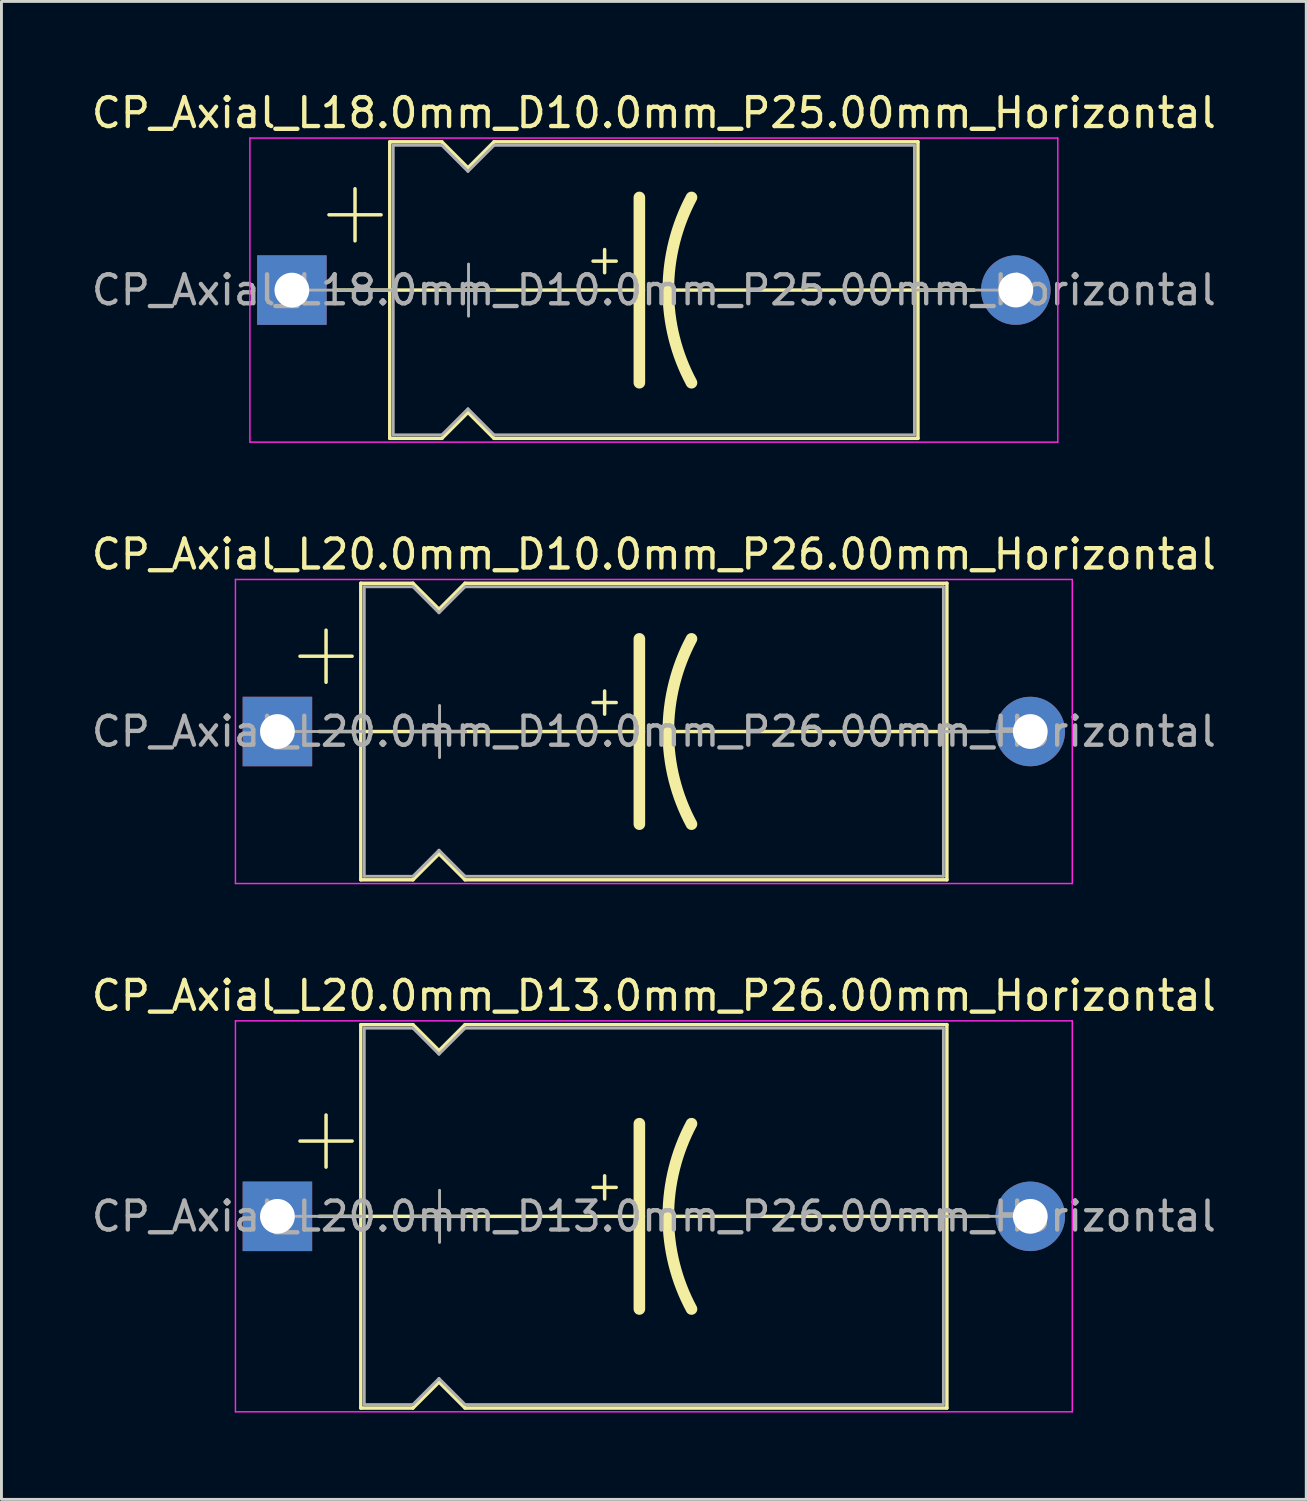
<source format=kicad_pcb>
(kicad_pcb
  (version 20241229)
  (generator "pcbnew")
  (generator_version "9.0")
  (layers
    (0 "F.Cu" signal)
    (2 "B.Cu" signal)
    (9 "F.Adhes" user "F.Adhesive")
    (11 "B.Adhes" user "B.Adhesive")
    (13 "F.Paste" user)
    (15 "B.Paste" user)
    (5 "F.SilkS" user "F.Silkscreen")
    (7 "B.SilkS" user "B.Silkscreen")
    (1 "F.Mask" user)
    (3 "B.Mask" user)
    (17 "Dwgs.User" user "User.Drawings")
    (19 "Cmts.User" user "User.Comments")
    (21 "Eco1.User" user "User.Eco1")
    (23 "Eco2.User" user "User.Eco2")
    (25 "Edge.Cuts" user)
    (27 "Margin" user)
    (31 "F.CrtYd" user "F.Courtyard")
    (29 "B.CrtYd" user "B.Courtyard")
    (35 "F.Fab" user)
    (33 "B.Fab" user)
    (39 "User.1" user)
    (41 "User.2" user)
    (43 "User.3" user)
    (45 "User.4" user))
  (footprint "CP_Axial_L20.0mm_D13.0mm_P26.00mm_Horizontal"
    (layer "F.Cu")
    (at 6.53 38.955)
    (property "Reference" "CP_Axial_L20.0mm_D13.0mm_P26.00mm_Horizontal" (at 13 -7.62 0) (layer "F.SilkS") (effects (font (size 1 1) (thickness 0.15))))
    (attr through_hole)
    (fp_line (start 0.78 -2.6) (end 2.58 -2.6) (stroke (width 0.12) (type solid)) (layer "F.SilkS"))
    (fp_line (start 1.44 0) (end 2.88 0) (stroke (width 0.12) (type solid)) (layer "F.SilkS"))
    (fp_line (start 1.68 -3.5) (end 1.68 -1.7) (stroke (width 0.12) (type solid)) (layer "F.SilkS"))
    (fp_line (start 2.88 -6.62) (end 2.88 6.62) (stroke (width 0.12) (type solid)) (layer "F.SilkS"))
    (fp_line (start 2.88 -6.62) (end 4.68 -6.62) (stroke (width 0.12) (type solid)) (layer "F.SilkS"))
    (fp_line (start 2.88 0) (end 12.5 0) (stroke (width 0.12) (type solid)) (layer "F.SilkS"))
    (fp_line (start 2.88 6.62) (end 4.68 6.62) (stroke (width 0.12) (type solid)) (layer "F.SilkS"))
    (fp_line (start 4.68 -6.62) (end 5.58 -5.72) (stroke (width 0.12) (type solid)) (layer "F.SilkS"))
    (fp_line (start 4.68 6.62) (end 5.58 5.72) (stroke (width 0.12) (type solid)) (layer "F.SilkS"))
    (fp_line (start 5.58 -5.72) (end 6.48 -6.62) (stroke (width 0.12) (type solid)) (layer "F.SilkS"))
    (fp_line (start 5.58 5.72) (end 6.48 6.62) (stroke (width 0.12) (type solid)) (layer "F.SilkS"))
    (fp_line (start 6.48 -6.62) (end 23.12 -6.62) (stroke (width 0.12) (type solid)) (layer "F.SilkS"))
    (fp_line (start 6.48 6.62) (end 23.12 6.62) (stroke (width 0.12) (type solid)) (layer "F.SilkS"))
    (fp_line (start 10.9 -1) (end 11.7 -1) (stroke (width 0.12) (type solid)) (layer "F.SilkS"))
    (fp_line (start 11.3 -1.4) (end 11.3 -0.6) (stroke (width 0.12) (type solid)) (layer "F.SilkS"))
    (fp_line (start 12.5 0) (end 12.5 -3.2) (stroke (width 0.4) (type solid)) (layer "F.SilkS"))
    (fp_line (start 12.5 0) (end 12.5 3.2) (stroke (width 0.4) (type solid)) (layer "F.SilkS"))
    (fp_line (start 23.12 -6.62) (end 23.12 6.62) (stroke (width 0.12) (type solid)) (layer "F.SilkS"))
    (fp_line (start 23.12 0) (end 13.5 0) (stroke (width 0.12) (type solid)) (layer "F.SilkS"))
    (fp_line (start 24.56 0) (end 23.12 0) (stroke (width 0.12) (type solid)) (layer "F.SilkS"))
    (fp_arc (start 13.5 0) (mid 13.703545 -1.649114) (end 14.3 -3.2) (stroke (width 0.4) (type solid)) (layer "F.SilkS"))
    (fp_arc (start 14.3 3.2) (mid 13.700709 1.649823) (end 13.5 0) (stroke (width 0.4) (type solid)) (layer "F.SilkS"))
    (fp_line (start -1.45 -6.75) (end -1.45 6.75) (stroke (width 0.05) (type solid)) (layer "F.CrtYd"))
    (fp_line (start -1.45 6.75) (end 27.45 6.75) (stroke (width 0.05) (type solid)) (layer "F.CrtYd"))
    (fp_line (start 27.45 -6.75) (end -1.45 -6.75) (stroke (width 0.05) (type solid)) (layer "F.CrtYd"))
    (fp_line (start 27.45 6.75) (end 27.45 -6.75) (stroke (width 0.05) (type solid)) (layer "F.CrtYd"))
    (fp_line (start 0 0) (end 3 0) (stroke (width 0.1) (type solid)) (layer "F.Fab"))
    (fp_line (start 3 -6.5) (end 3 6.5) (stroke (width 0.1) (type solid)) (layer "F.Fab"))
    (fp_line (start 3 -6.5) (end 4.68 -6.5) (stroke (width 0.1) (type solid)) (layer "F.Fab"))
    (fp_line (start 3 6.5) (end 4.68 6.5) (stroke (width 0.1) (type solid)) (layer "F.Fab"))
    (fp_line (start 4.68 -6.5) (end 5.58 -5.6) (stroke (width 0.1) (type solid)) (layer "F.Fab"))
    (fp_line (start 4.68 6.5) (end 5.58 5.6) (stroke (width 0.1) (type solid)) (layer "F.Fab"))
    (fp_line (start 4.7 0) (end 6.5 0) (stroke (width 0.1) (type solid)) (layer "F.Fab"))
    (fp_line (start 5.58 -5.6) (end 6.48 -6.5) (stroke (width 0.1) (type solid)) (layer "F.Fab"))
    (fp_line (start 5.58 5.6) (end 6.48 6.5) (stroke (width 0.1) (type solid)) (layer "F.Fab"))
    (fp_line (start 5.6 -0.9) (end 5.6 0.9) (stroke (width 0.1) (type solid)) (layer "F.Fab"))
    (fp_line (start 6.48 -6.5) (end 23 -6.5) (stroke (width 0.1) (type solid)) (layer "F.Fab"))
    (fp_line (start 6.48 6.5) (end 23 6.5) (stroke (width 0.1) (type solid)) (layer "F.Fab"))
    (fp_line (start 23 -6.5) (end 23 6.5) (stroke (width 0.1) (type solid)) (layer "F.Fab"))
    (fp_line (start 26 0) (end 23 0) (stroke (width 0.1) (type solid)) (layer "F.Fab"))
    (fp_text user "${REFERENCE}" (at 13 0 0) (layer "F.Fab") (effects (font (size 1 1) (thickness 0.15))))
    (pad "1" thru_hole rect (at 0 0) (size 2.4 2.4) (drill 1.2) (layers "*.Cu" "*.Mask"))
    (pad "2" thru_hole oval (at 26 0) (size 2.4 2.4) (drill 1.2) (layers "*.Cu" "*.Mask")))
  (footprint "CP_Axial_L20.0mm_D10.0mm_P26.00mm_Horizontal"
    (layer "F.Cu")
    (at 6.53 22.212)
    (property "Reference" "CP_Axial_L20.0mm_D10.0mm_P26.00mm_Horizontal" (at 13 -6.12 0) (layer "F.SilkS") (effects (font (size 1 1) (thickness 0.15))))
    (attr through_hole)
    (fp_line (start 0.78 -2.6) (end 2.58 -2.6) (stroke (width 0.12) (type solid)) (layer "F.SilkS"))
    (fp_line (start 1.44 0) (end 2.88 0) (stroke (width 0.12) (type solid)) (layer "F.SilkS"))
    (fp_line (start 1.68 -3.5) (end 1.68 -1.7) (stroke (width 0.12) (type solid)) (layer "F.SilkS"))
    (fp_line (start 2.88 -5.12) (end 2.88 5.12) (stroke (width 0.12) (type solid)) (layer "F.SilkS"))
    (fp_line (start 2.88 -5.12) (end 4.68 -5.12) (stroke (width 0.12) (type solid)) (layer "F.SilkS"))
    (fp_line (start 2.88 0) (end 12.5 0) (stroke (width 0.12) (type solid)) (layer "F.SilkS"))
    (fp_line (start 2.88 5.12) (end 4.68 5.12) (stroke (width 0.12) (type solid)) (layer "F.SilkS"))
    (fp_line (start 4.68 -5.12) (end 5.58 -4.22) (stroke (width 0.12) (type solid)) (layer "F.SilkS"))
    (fp_line (start 4.68 5.12) (end 5.58 4.22) (stroke (width 0.12) (type solid)) (layer "F.SilkS"))
    (fp_line (start 5.58 -4.22) (end 6.48 -5.12) (stroke (width 0.12) (type solid)) (layer "F.SilkS"))
    (fp_line (start 5.58 4.22) (end 6.48 5.12) (stroke (width 0.12) (type solid)) (layer "F.SilkS"))
    (fp_line (start 6.48 -5.12) (end 23.12 -5.12) (stroke (width 0.12) (type solid)) (layer "F.SilkS"))
    (fp_line (start 6.48 5.12) (end 23.12 5.12) (stroke (width 0.12) (type solid)) (layer "F.SilkS"))
    (fp_line (start 10.9 -1) (end 11.7 -1) (stroke (width 0.12) (type solid)) (layer "F.SilkS"))
    (fp_line (start 11.3 -1.4) (end 11.3 -0.6) (stroke (width 0.12) (type solid)) (layer "F.SilkS"))
    (fp_line (start 12.5 0) (end 12.5 -3.2) (stroke (width 0.4) (type solid)) (layer "F.SilkS"))
    (fp_line (start 12.5 0) (end 12.5 3.2) (stroke (width 0.4) (type solid)) (layer "F.SilkS"))
    (fp_line (start 23.12 -5.12) (end 23.12 5.12) (stroke (width 0.12) (type solid)) (layer "F.SilkS"))
    (fp_line (start 23.12 0) (end 13.5 0) (stroke (width 0.12) (type solid)) (layer "F.SilkS"))
    (fp_line (start 24.56 0) (end 23.12 0) (stroke (width 0.12) (type solid)) (layer "F.SilkS"))
    (fp_arc (start 13.5 0) (mid 13.703545 -1.649114) (end 14.3 -3.2) (stroke (width 0.4) (type solid)) (layer "F.SilkS"))
    (fp_arc (start 14.3 3.2) (mid 13.700709 1.649823) (end 13.5 0) (stroke (width 0.4) (type solid)) (layer "F.SilkS"))
    (fp_line (start -1.45 -5.25) (end -1.45 5.25) (stroke (width 0.05) (type solid)) (layer "F.CrtYd"))
    (fp_line (start -1.45 5.25) (end 27.45 5.25) (stroke (width 0.05) (type solid)) (layer "F.CrtYd"))
    (fp_line (start 27.45 -5.25) (end -1.45 -5.25) (stroke (width 0.05) (type solid)) (layer "F.CrtYd"))
    (fp_line (start 27.45 5.25) (end 27.45 -5.25) (stroke (width 0.05) (type solid)) (layer "F.CrtYd"))
    (fp_line (start 0 0) (end 3 0) (stroke (width 0.1) (type solid)) (layer "F.Fab"))
    (fp_line (start 3 -5) (end 3 5) (stroke (width 0.1) (type solid)) (layer "F.Fab"))
    (fp_line (start 3 -5) (end 4.68 -5) (stroke (width 0.1) (type solid)) (layer "F.Fab"))
    (fp_line (start 3 5) (end 4.68 5) (stroke (width 0.1) (type solid)) (layer "F.Fab"))
    (fp_line (start 4.68 -5) (end 5.58 -4.1) (stroke (width 0.1) (type solid)) (layer "F.Fab"))
    (fp_line (start 4.68 5) (end 5.58 4.1) (stroke (width 0.1) (type solid)) (layer "F.Fab"))
    (fp_line (start 4.7 0) (end 6.5 0) (stroke (width 0.1) (type solid)) (layer "F.Fab"))
    (fp_line (start 5.58 -4.1) (end 6.48 -5) (stroke (width 0.1) (type solid)) (layer "F.Fab"))
    (fp_line (start 5.58 4.1) (end 6.48 5) (stroke (width 0.1) (type solid)) (layer "F.Fab"))
    (fp_line (start 5.6 -0.9) (end 5.6 0.9) (stroke (width 0.1) (type solid)) (layer "F.Fab"))
    (fp_line (start 6.48 -5) (end 23 -5) (stroke (width 0.1) (type solid)) (layer "F.Fab"))
    (fp_line (start 6.48 5) (end 23 5) (stroke (width 0.1) (type solid)) (layer "F.Fab"))
    (fp_line (start 23 -5) (end 23 5) (stroke (width 0.1) (type solid)) (layer "F.Fab"))
    (fp_line (start 26 0) (end 23 0) (stroke (width 0.1) (type solid)) (layer "F.Fab"))
    (fp_text user "${REFERENCE}" (at 13 0 0) (layer "F.Fab") (effects (font (size 1 1) (thickness 0.15))))
    (pad "1" thru_hole rect (at 0 0) (size 2.4 2.4) (drill 1.2) (layers "*.Cu" "*.Mask"))
    (pad "2" thru_hole oval (at 26 0) (size 2.4 2.4) (drill 1.2) (layers "*.Cu" "*.Mask")))
  (footprint "CP_Axial_L18.0mm_D10.0mm_P25.00mm_Horizontal"
    (layer "F.Cu")
    (at 7.03 6.968)
    (property "Reference" "CP_Axial_L18.0mm_D10.0mm_P25.00mm_Horizontal" (at 12.5 -6.12 0) (layer "F.SilkS") (effects (font (size 1 1) (thickness 0.15))))
    (attr through_hole)
    (fp_line (start 1.28 -2.6) (end 3.08 -2.6) (stroke (width 0.12) (type solid)) (layer "F.SilkS"))
    (fp_line (start 1.44 0) (end 3.38 0) (stroke (width 0.12) (type solid)) (layer "F.SilkS"))
    (fp_line (start 2.18 -3.5) (end 2.18 -1.7) (stroke (width 0.12) (type solid)) (layer "F.SilkS"))
    (fp_line (start 3.38 -5.12) (end 3.38 5.12) (stroke (width 0.12) (type solid)) (layer "F.SilkS"))
    (fp_line (start 3.38 -5.12) (end 5.18 -5.12) (stroke (width 0.12) (type solid)) (layer "F.SilkS"))
    (fp_line (start 3.38 0) (end 12 0) (stroke (width 0.12) (type solid)) (layer "F.SilkS"))
    (fp_line (start 3.38 5.12) (end 5.18 5.12) (stroke (width 0.12) (type solid)) (layer "F.SilkS"))
    (fp_line (start 5.18 -5.12) (end 6.08 -4.22) (stroke (width 0.12) (type solid)) (layer "F.SilkS"))
    (fp_line (start 5.18 5.12) (end 6.08 4.22) (stroke (width 0.12) (type solid)) (layer "F.SilkS"))
    (fp_line (start 6.08 -4.22) (end 6.98 -5.12) (stroke (width 0.12) (type solid)) (layer "F.SilkS"))
    (fp_line (start 6.08 4.22) (end 6.98 5.12) (stroke (width 0.12) (type solid)) (layer "F.SilkS"))
    (fp_line (start 6.98 -5.12) (end 21.62 -5.12) (stroke (width 0.12) (type solid)) (layer "F.SilkS"))
    (fp_line (start 6.98 5.12) (end 21.62 5.12) (stroke (width 0.12) (type solid)) (layer "F.SilkS"))
    (fp_line (start 10.4 -1) (end 11.2 -1) (stroke (width 0.12) (type solid)) (layer "F.SilkS"))
    (fp_line (start 10.8 -1.4) (end 10.8 -0.6) (stroke (width 0.12) (type solid)) (layer "F.SilkS"))
    (fp_line (start 12 0) (end 12 -3.2) (stroke (width 0.4) (type solid)) (layer "F.SilkS"))
    (fp_line (start 12 0) (end 12 3.2) (stroke (width 0.4) (type solid)) (layer "F.SilkS"))
    (fp_line (start 21.62 -5.12) (end 21.62 5.12) (stroke (width 0.12) (type solid)) (layer "F.SilkS"))
    (fp_line (start 21.62 0) (end 13 0) (stroke (width 0.12) (type solid)) (layer "F.SilkS"))
    (fp_line (start 23.56 0) (end 21.62 0) (stroke (width 0.12) (type solid)) (layer "F.SilkS"))
    (fp_arc (start 13 0) (mid 13.203545 -1.649114) (end 13.8 -3.2) (stroke (width 0.4) (type solid)) (layer "F.SilkS"))
    (fp_arc (start 13.8 3.2) (mid 13.200709 1.649823) (end 13 0) (stroke (width 0.4) (type solid)) (layer "F.SilkS"))
    (fp_line (start -1.45 -5.25) (end -1.45 5.25) (stroke (width 0.05) (type solid)) (layer "F.CrtYd"))
    (fp_line (start -1.45 5.25) (end 26.45 5.25) (stroke (width 0.05) (type solid)) (layer "F.CrtYd"))
    (fp_line (start 26.45 -5.25) (end -1.45 -5.25) (stroke (width 0.05) (type solid)) (layer "F.CrtYd"))
    (fp_line (start 26.45 5.25) (end 26.45 -5.25) (stroke (width 0.05) (type solid)) (layer "F.CrtYd"))
    (fp_line (start 0 0) (end 3.5 0) (stroke (width 0.1) (type solid)) (layer "F.Fab"))
    (fp_line (start 3.5 -5) (end 3.5 5) (stroke (width 0.1) (type solid)) (layer "F.Fab"))
    (fp_line (start 3.5 -5) (end 5.18 -5) (stroke (width 0.1) (type solid)) (layer "F.Fab"))
    (fp_line (start 3.5 5) (end 5.18 5) (stroke (width 0.1) (type solid)) (layer "F.Fab"))
    (fp_line (start 5.18 -5) (end 6.08 -4.1) (stroke (width 0.1) (type solid)) (layer "F.Fab"))
    (fp_line (start 5.18 5) (end 6.08 4.1) (stroke (width 0.1) (type solid)) (layer "F.Fab"))
    (fp_line (start 5.2 0) (end 7 0) (stroke (width 0.1) (type solid)) (layer "F.Fab"))
    (fp_line (start 6.08 -4.1) (end 6.98 -5) (stroke (width 0.1) (type solid)) (layer "F.Fab"))
    (fp_line (start 6.08 4.1) (end 6.98 5) (stroke (width 0.1) (type solid)) (layer "F.Fab"))
    (fp_line (start 6.1 -0.9) (end 6.1 0.9) (stroke (width 0.1) (type solid)) (layer "F.Fab"))
    (fp_line (start 6.98 -5) (end 21.5 -5) (stroke (width 0.1) (type solid)) (layer "F.Fab"))
    (fp_line (start 6.98 5) (end 21.5 5) (stroke (width 0.1) (type solid)) (layer "F.Fab"))
    (fp_line (start 21.5 -5) (end 21.5 5) (stroke (width 0.1) (type solid)) (layer "F.Fab"))
    (fp_line (start 25 0) (end 21.5 0) (stroke (width 0.1) (type solid)) (layer "F.Fab"))
    (fp_text user "${REFERENCE}" (at 12.5 0 0) (layer "F.Fab") (effects (font (size 1 1) (thickness 0.15))))
    (pad "1" thru_hole rect (at 0 0) (size 2.4 2.4) (drill 1.2) (layers "*.Cu" "*.Mask"))
    (pad "2" thru_hole oval (at 25 0) (size 2.4 2.4) (drill 1.2) (layers "*.Cu" "*.Mask")))
  (gr_rect
    (start -3 -3)
    (end 42.06 48.73)
    (stroke (width 0.1) (type default))
    (fill no)
    (layer "Edge.Cuts")))
</source>
